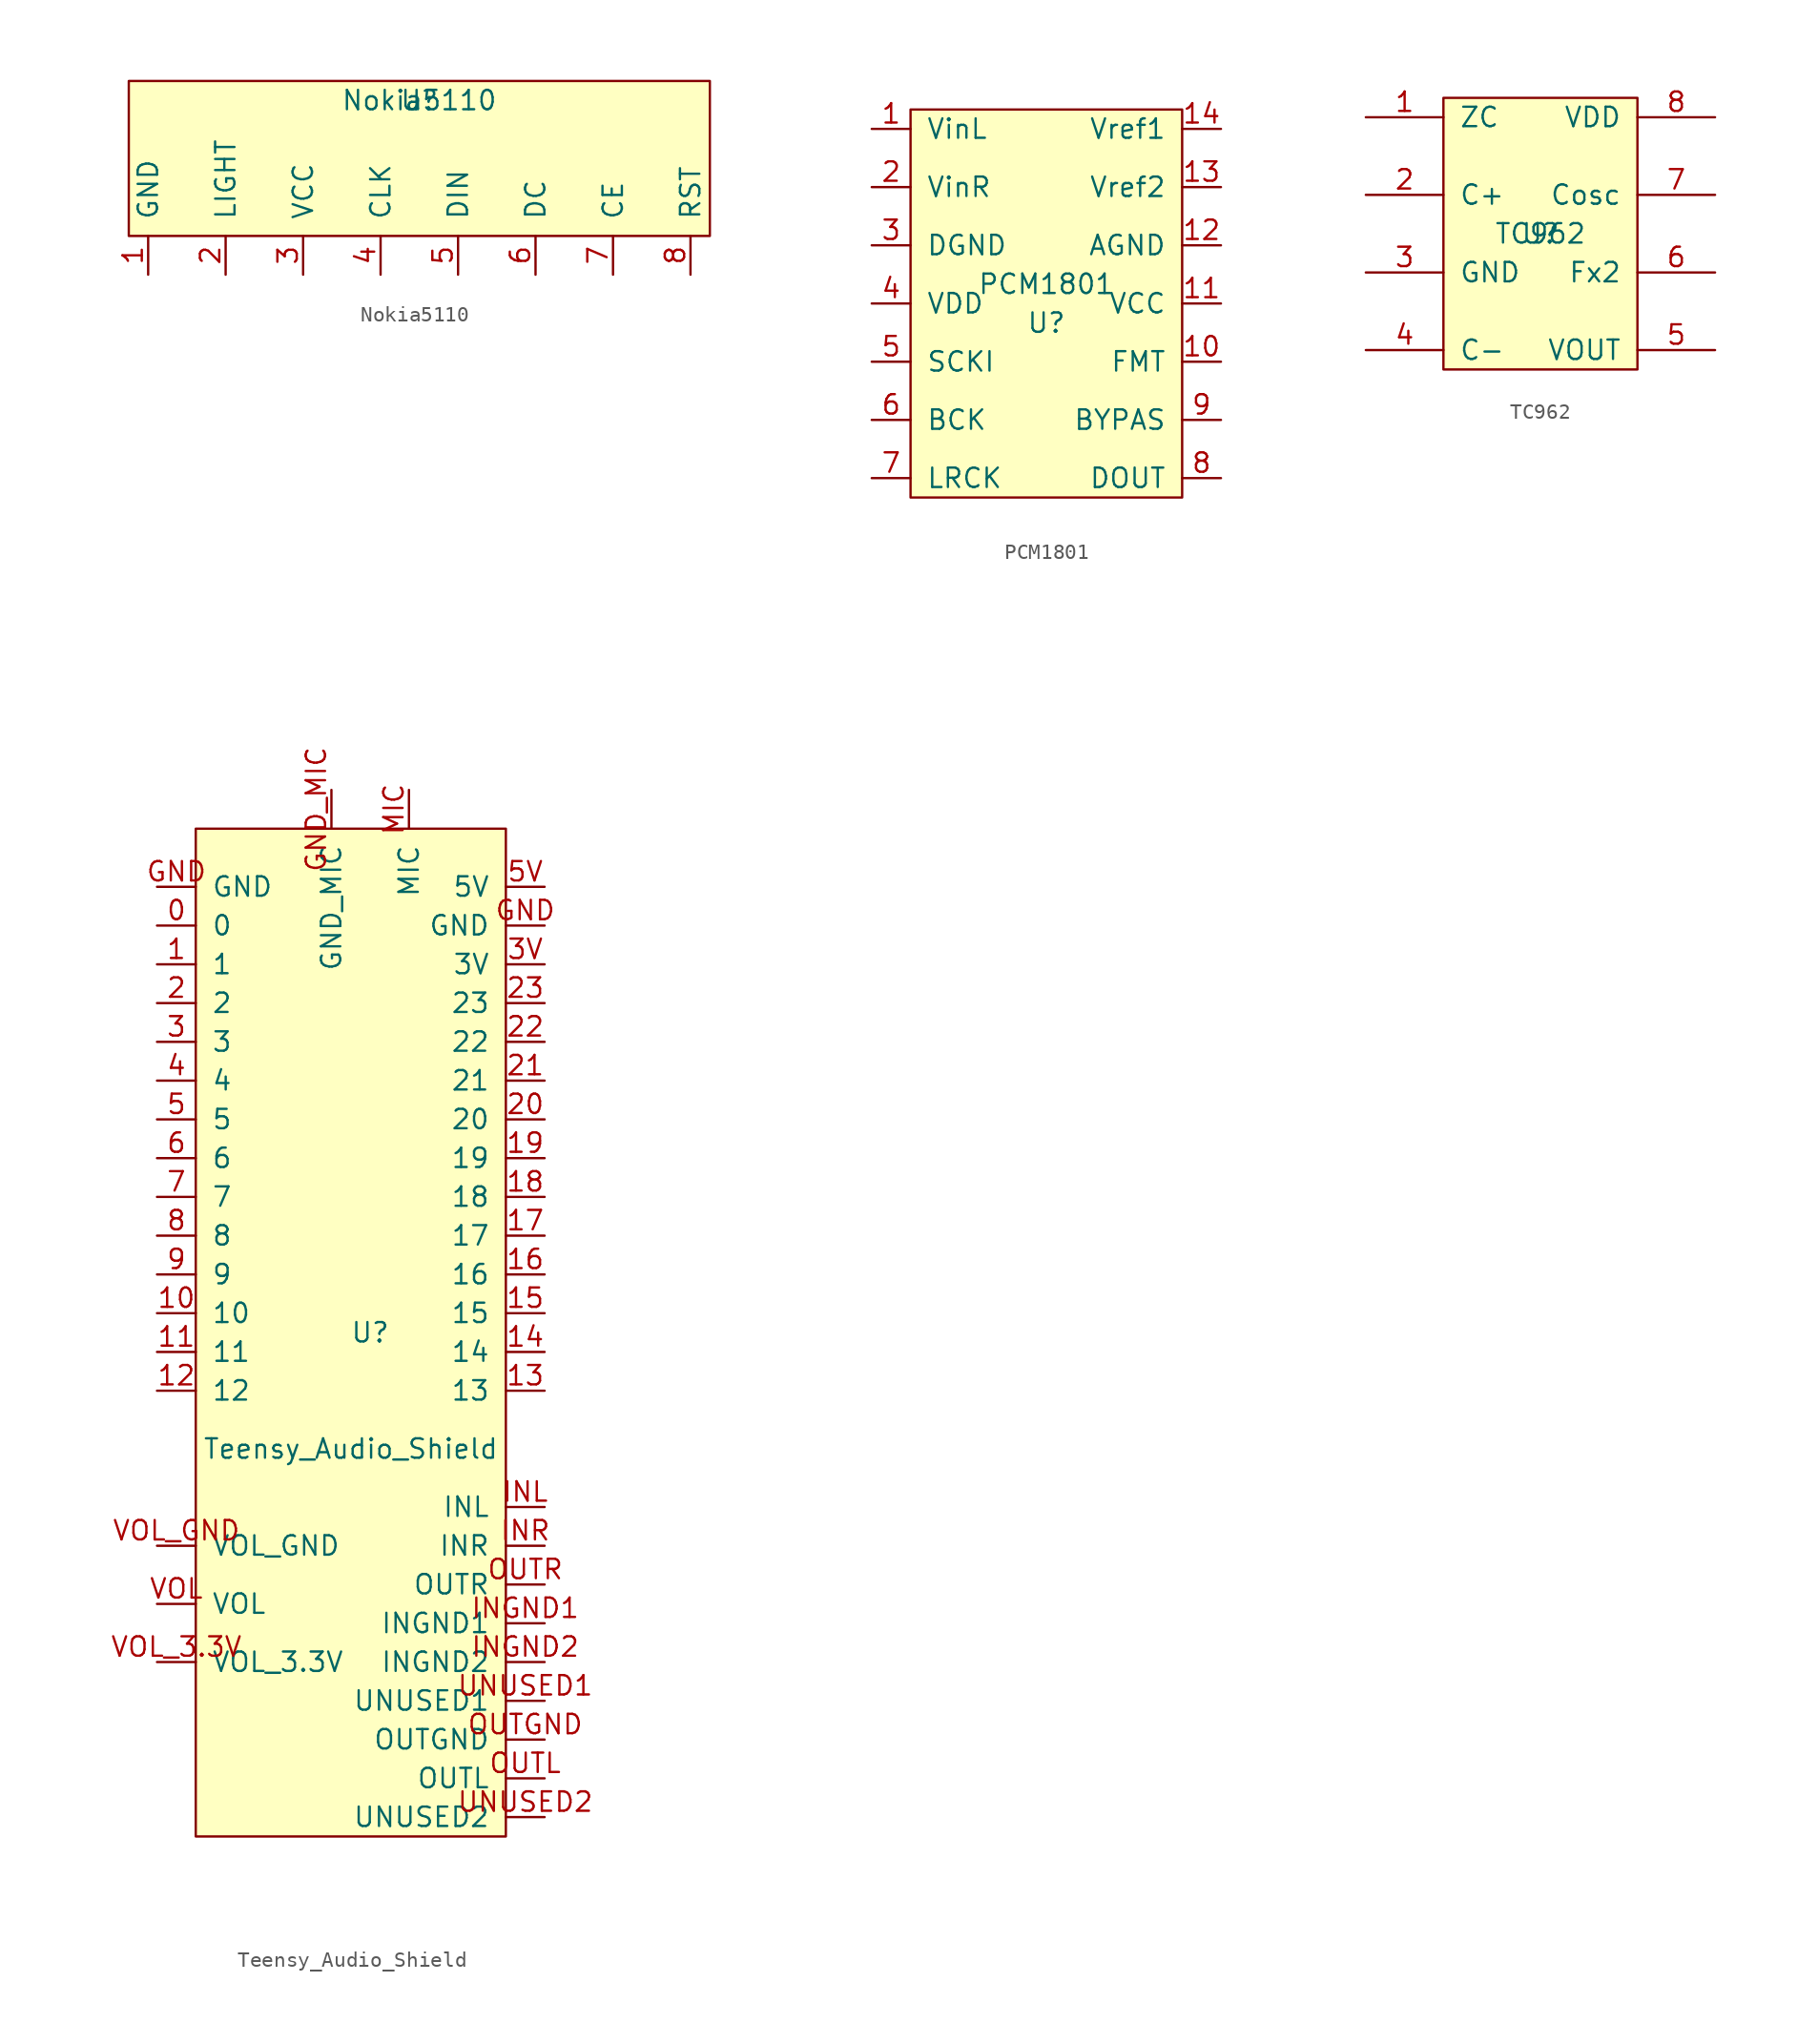
<source format=kicad_sym>
(kicad_symbol_lib
  (version 20220914)
  (generator kicad_symbol_editor)
  (symbol "Nokia5110"
    (pin_names
      (offset 1.016))
    (property "Reference" "U"
      (at 0 0 0)
      (effects (font (size 1.27 1.27))))
    (property "Value" "Nokia5110"
      (at 0 0 0)
      (effects (font (size 1.27 1.27))))
    (symbol "Nokia5110_0_1"
      (rectangle (start 19.05 -8.89) (end -19.05 1.27) (stroke (width 0) (type solid)) (fill (type background))))
    (symbol "Nokia5110_1_1"
      (pin power_in line (at -17.78 -11.43 90) (length 2.54) (name "GND" (effects (font (size 1.27 1.27)))) (number "1" (effects (font (size 1.27 1.27)))))
      (pin bidirectional line (at -12.7 -11.43 90) (length 2.54) (name "LIGHT" (effects (font (size 1.27 1.27)))) (number "2" (effects (font (size 1.27 1.27)))))
      (pin power_in line (at -7.62 -11.43 90) (length 2.54) (name "VCC" (effects (font (size 1.27 1.27)))) (number "3" (effects (font (size 1.27 1.27)))))
      (pin input line (at -2.54 -11.43 90) (length 2.54) (name "CLK" (effects (font (size 1.27 1.27)))) (number "4" (effects (font (size 1.27 1.27)))))
      (pin input line (at 2.54 -11.43 90) (length 2.54) (name "DIN" (effects (font (size 1.27 1.27)))) (number "5" (effects (font (size 1.27 1.27)))))
      (pin input line (at 7.62 -11.43 90) (length 2.54) (name "DC" (effects (font (size 1.27 1.27)))) (number "6" (effects (font (size 1.27 1.27)))))
      (pin input line (at 12.7 -11.43 90) (length 2.54) (name "CE" (effects (font (size 1.27 1.27)))) (number "7" (effects (font (size 1.27 1.27)))))
      (pin input line (at 17.78 -11.43 90) (length 2.54) (name "RST" (effects (font (size 1.27 1.27)))) (number "8" (effects (font (size 1.27 1.27)))))))
  (symbol "PCM1801"
    (pin_names
      (offset 1.016))
    (property "Reference" "U"
      (at -1.27 -1.27 0)
      (effects (font (size 1.27 1.27))))
    (property "Value" "PCM1801"
      (at -1.27 1.27 0)
      (effects (font (size 1.27 1.27))))
    (symbol "PCM1801_0_1"
      (rectangle (start -10.16 12.7) (end 7.62 -12.7) (stroke (width 0) (type solid)) (fill (type background))))
    (symbol "PCM1801_1_1"
      (pin input line (at -12.7 11.43 0) (length 2.54) (name "VinL" (effects (font (size 1.27 1.27)))) (number "1" (effects (font (size 1.27 1.27)))))
      (pin input line (at 10.16 -3.81 180) (length 2.54) (name "FMT" (effects (font (size 1.27 1.27)))) (number "10" (effects (font (size 1.27 1.27)))))
      (pin power_in line (at 10.16 0 180) (length 2.54) (name "VCC" (effects (font (size 1.27 1.27)))) (number "11" (effects (font (size 1.27 1.27)))))
      (pin power_in line (at 10.16 3.81 180) (length 2.54) (name "AGND" (effects (font (size 1.27 1.27)))) (number "12" (effects (font (size 1.27 1.27)))))
      (pin bidirectional line (at 10.16 7.62 180) (length 2.54) (name "Vref2" (effects (font (size 1.27 1.27)))) (number "13" (effects (font (size 1.27 1.27)))))
      (pin bidirectional line (at 10.16 11.43 180) (length 2.54) (name "Vref1" (effects (font (size 1.27 1.27)))) (number "14" (effects (font (size 1.27 1.27)))))
      (pin input line (at -12.7 7.62 0) (length 2.54) (name "VinR" (effects (font (size 1.27 1.27)))) (number "2" (effects (font (size 1.27 1.27)))))
      (pin power_in line (at -12.7 3.81 0) (length 2.54) (name "DGND" (effects (font (size 1.27 1.27)))) (number "3" (effects (font (size 1.27 1.27)))))
      (pin power_in line (at -12.7 0 0) (length 2.54) (name "VDD" (effects (font (size 1.27 1.27)))) (number "4" (effects (font (size 1.27 1.27)))))
      (pin input line (at -12.7 -3.81 0) (length 2.54) (name "SCKI" (effects (font (size 1.27 1.27)))) (number "5" (effects (font (size 1.27 1.27)))))
      (pin input line (at -12.7 -7.62 0) (length 2.54) (name "BCK" (effects (font (size 1.27 1.27)))) (number "6" (effects (font (size 1.27 1.27)))))
      (pin input line (at -12.7 -11.43 0) (length 2.54) (name "LRCK" (effects (font (size 1.27 1.27)))) (number "7" (effects (font (size 1.27 1.27)))))
      (pin output line (at 10.16 -11.43 180) (length 2.54) (name "DOUT" (effects (font (size 1.27 1.27)))) (number "8" (effects (font (size 1.27 1.27)))))
      (pin input line (at 10.16 -7.62 180) (length 2.54) (name "BYPAS" (effects (font (size 1.27 1.27)))) (number "9" (effects (font (size 1.27 1.27)))))))
  (symbol "TC962"
    (pin_names
      (offset 1.016))
    (property "Reference" "U"
      (at 0 0 0)
      (effects (font (size 1.27 1.27))))
    (property "Value" "TC962"
      (at 0 0 0)
      (effects (font (size 1.27 1.27))))
    (symbol "TC962_0_1"
      (rectangle (start -6.35 8.89) (end 6.35 -8.89) (stroke (width 0) (type solid)) (fill (type background))))
    (symbol "TC962_1_1"
      (pin bidirectional line (at -11.43 7.62 0) (length 5.08) (name "ZC" (effects (font (size 1.27 1.27)))) (number "1" (effects (font (size 1.27 1.27)))))
      (pin bidirectional line (at -11.43 2.54 0) (length 5.08) (name "C+" (effects (font (size 1.27 1.27)))) (number "2" (effects (font (size 1.27 1.27)))))
      (pin power_in line (at -11.43 -2.54 0) (length 5.08) (name "GND" (effects (font (size 1.27 1.27)))) (number "3" (effects (font (size 1.27 1.27)))))
      (pin bidirectional line (at -11.43 -7.62 0) (length 5.08) (name "C-" (effects (font (size 1.27 1.27)))) (number "4" (effects (font (size 1.27 1.27)))))
      (pin power_out line (at 11.43 -7.62 180) (length 5.08) (name "VOUT" (effects (font (size 1.27 1.27)))) (number "5" (effects (font (size 1.27 1.27)))))
      (pin bidirectional line (at 11.43 -2.54 180) (length 5.08) (name "Fx2" (effects (font (size 1.27 1.27)))) (number "6" (effects (font (size 1.27 1.27)))))
      (pin bidirectional line (at 11.43 2.54 180) (length 5.08) (name "Cosc" (effects (font (size 1.27 1.27)))) (number "7" (effects (font (size 1.27 1.27)))))
      (pin power_in line (at 11.43 7.62 180) (length 5.08) (name "VDD" (effects (font (size 1.27 1.27)))) (number "8" (effects (font (size 1.27 1.27)))))))
  (symbol "Teensy_Audio_Shield"
    (pin_names
      (offset 1.016))
    (property "Reference" "U"
      (at 0 1.27 0)
      (effects (font (size 1.27 1.27))))
    (property "Value" "Teensy_Audio_Shield"
      (at -1.27 -6.35 0)
      (effects (font (size 1.27 1.27))))
    (symbol "Teensy_Audio_Shield_0_1"
      (rectangle (start -11.43 34.29) (end 8.89 -31.75) (stroke (width 0) (type solid)) (fill (type background))))
    (symbol "Teensy_Audio_Shield_1_1"
      (pin bidirectional line (at -13.97 27.94 0) (length 2.54) (name "0" (effects (font (size 1.27 1.27)))) (number "0" (effects (font (size 1.27 1.27)))))
      (pin bidirectional line (at -13.97 25.4 0) (length 2.54) (name "1" (effects (font (size 1.27 1.27)))) (number "1" (effects (font (size 1.27 1.27)))))
      (pin bidirectional line (at -13.97 2.54 0) (length 2.54) (name "10" (effects (font (size 1.27 1.27)))) (number "10" (effects (font (size 1.27 1.27)))))
      (pin bidirectional line (at -13.97 0 0) (length 2.54) (name "11" (effects (font (size 1.27 1.27)))) (number "11" (effects (font (size 1.27 1.27)))))
      (pin bidirectional line (at -13.97 -2.54 0) (length 2.54) (name "12" (effects (font (size 1.27 1.27)))) (number "12" (effects (font (size 1.27 1.27)))))
      (pin bidirectional line (at 11.43 -2.54 180) (length 2.54) (name "13" (effects (font (size 1.27 1.27)))) (number "13" (effects (font (size 1.27 1.27)))))
      (pin bidirectional line (at 11.43 0 180) (length 2.54) (name "14" (effects (font (size 1.27 1.27)))) (number "14" (effects (font (size 1.27 1.27)))))
      (pin bidirectional line (at 11.43 2.54 180) (length 2.54) (name "15" (effects (font (size 1.27 1.27)))) (number "15" (effects (font (size 1.27 1.27)))))
      (pin bidirectional line (at 11.43 5.08 180) (length 2.54) (name "16" (effects (font (size 1.27 1.27)))) (number "16" (effects (font (size 1.27 1.27)))))
      (pin bidirectional line (at 11.43 7.62 180) (length 2.54) (name "17" (effects (font (size 1.27 1.27)))) (number "17" (effects (font (size 1.27 1.27)))))
      (pin bidirectional line (at 11.43 10.16 180) (length 2.54) (name "18" (effects (font (size 1.27 1.27)))) (number "18" (effects (font (size 1.27 1.27)))))
      (pin bidirectional line (at 11.43 12.7 180) (length 2.54) (name "19" (effects (font (size 1.27 1.27)))) (number "19" (effects (font (size 1.27 1.27)))))
      (pin bidirectional line (at -13.97 22.86 0) (length 2.54) (name "2" (effects (font (size 1.27 1.27)))) (number "2" (effects (font (size 1.27 1.27)))))
      (pin bidirectional line (at 11.43 15.24 180) (length 2.54) (name "20" (effects (font (size 1.27 1.27)))) (number "20" (effects (font (size 1.27 1.27)))))
      (pin bidirectional line (at 11.43 17.78 180) (length 2.54) (name "21" (effects (font (size 1.27 1.27)))) (number "21" (effects (font (size 1.27 1.27)))))
      (pin bidirectional line (at 11.43 20.32 180) (length 2.54) (name "22" (effects (font (size 1.27 1.27)))) (number "22" (effects (font (size 1.27 1.27)))))
      (pin bidirectional line (at 11.43 22.86 180) (length 2.54) (name "23" (effects (font (size 1.27 1.27)))) (number "23" (effects (font (size 1.27 1.27)))))
      (pin bidirectional line (at -13.97 20.32 0) (length 2.54) (name "3" (effects (font (size 1.27 1.27)))) (number "3" (effects (font (size 1.27 1.27)))))
      (pin power_in line (at 11.43 25.4 180) (length 2.54) (name "3V" (effects (font (size 1.27 1.27)))) (number "3V" (effects (font (size 1.27 1.27)))))
      (pin bidirectional line (at -13.97 17.78 0) (length 2.54) (name "4" (effects (font (size 1.27 1.27)))) (number "4" (effects (font (size 1.27 1.27)))))
      (pin bidirectional line (at -13.97 15.24 0) (length 2.54) (name "5" (effects (font (size 1.27 1.27)))) (number "5" (effects (font (size 1.27 1.27)))))
      (pin power_in line (at 11.43 30.48 180) (length 2.54) (name "5V" (effects (font (size 1.27 1.27)))) (number "5V" (effects (font (size 1.27 1.27)))))
      (pin bidirectional line (at -13.97 12.7 0) (length 2.54) (name "6" (effects (font (size 1.27 1.27)))) (number "6" (effects (font (size 1.27 1.27)))))
      (pin bidirectional line (at -13.97 10.16 0) (length 2.54) (name "7" (effects (font (size 1.27 1.27)))) (number "7" (effects (font (size 1.27 1.27)))))
      (pin bidirectional line (at -13.97 7.62 0) (length 2.54) (name "8" (effects (font (size 1.27 1.27)))) (number "8" (effects (font (size 1.27 1.27)))))
      (pin bidirectional line (at -13.97 5.08 0) (length 2.54) (name "9" (effects (font (size 1.27 1.27)))) (number "9" (effects (font (size 1.27 1.27)))))
      (pin power_in line (at -13.97 30.48 0) (length 2.54) (name "GND" (effects (font (size 1.27 1.27)))) (number "GND" (effects (font (size 1.27 1.27)))))
      (pin power_in line (at 11.43 27.94 180) (length 2.54) (name "GND" (effects (font (size 1.27 1.27)))) (number "GND" (effects (font (size 1.27 1.27)))))
      (pin power_in line (at -2.54 36.83 270) (length 2.54) (name "GND_MIC" (effects (font (size 1.27 1.27)))) (number "GND_MIC" (effects (font (size 1.27 1.27)))))
      (pin power_in line (at 11.43 -17.78 180) (length 2.54) (name "INGND1" (effects (font (size 1.27 1.27)))) (number "INGND1" (effects (font (size 1.27 1.27)))))
      (pin power_in line (at 11.43 -20.32 180) (length 2.54) (name "INGND2" (effects (font (size 1.27 1.27)))) (number "INGND2" (effects (font (size 1.27 1.27)))))
      (pin input line (at 11.43 -10.16 180) (length 2.54) (name "INL" (effects (font (size 1.27 1.27)))) (number "INL" (effects (font (size 1.27 1.27)))))
      (pin input line (at 11.43 -12.7 180) (length 2.54) (name "INR" (effects (font (size 1.27 1.27)))) (number "INR" (effects (font (size 1.27 1.27)))))
      (pin bidirectional line (at 2.54 36.83 270) (length 2.54) (name "MIC" (effects (font (size 1.27 1.27)))) (number "MIC" (effects (font (size 1.27 1.27)))))
      (pin power_in line (at 11.43 -25.4 180) (length 2.54) (name "OUTGND" (effects (font (size 1.27 1.27)))) (number "OUTGND" (effects (font (size 1.27 1.27)))))
      (pin output line (at 11.43 -27.94 180) (length 2.54) (name "OUTL" (effects (font (size 1.27 1.27)))) (number "OUTL" (effects (font (size 1.27 1.27)))))
      (pin output line (at 11.43 -15.24 180) (length 2.54) (name "OUTR" (effects (font (size 1.27 1.27)))) (number "OUTR" (effects (font (size 1.27 1.27)))))
      (pin bidirectional line (at 11.43 -22.86 180) (length 2.54) (name "UNUSED1" (effects (font (size 1.27 1.27)))) (number "UNUSED1" (effects (font (size 1.27 1.27)))))
      (pin bidirectional line (at 11.43 -30.48 180) (length 2.54) (name "UNUSED2" (effects (font (size 1.27 1.27)))) (number "UNUSED2" (effects (font (size 1.27 1.27)))))
      (pin bidirectional line (at -13.97 -16.51 0) (length 2.54) (name "VOL" (effects (font (size 1.27 1.27)))) (number "VOL" (effects (font (size 1.27 1.27)))))
      (pin power_in line (at -13.97 -20.32 0) (length 2.54) (name "VOL_3.3V" (effects (font (size 1.27 1.27)))) (number "VOL_3.3V" (effects (font (size 1.27 1.27)))))
      (pin power_in line (at -13.97 -12.7 0) (length 2.54) (name "VOL_GND" (effects (font (size 1.27 1.27)))) (number "VOL_GND" (effects (font (size 1.27 1.27))))))))
</source>
